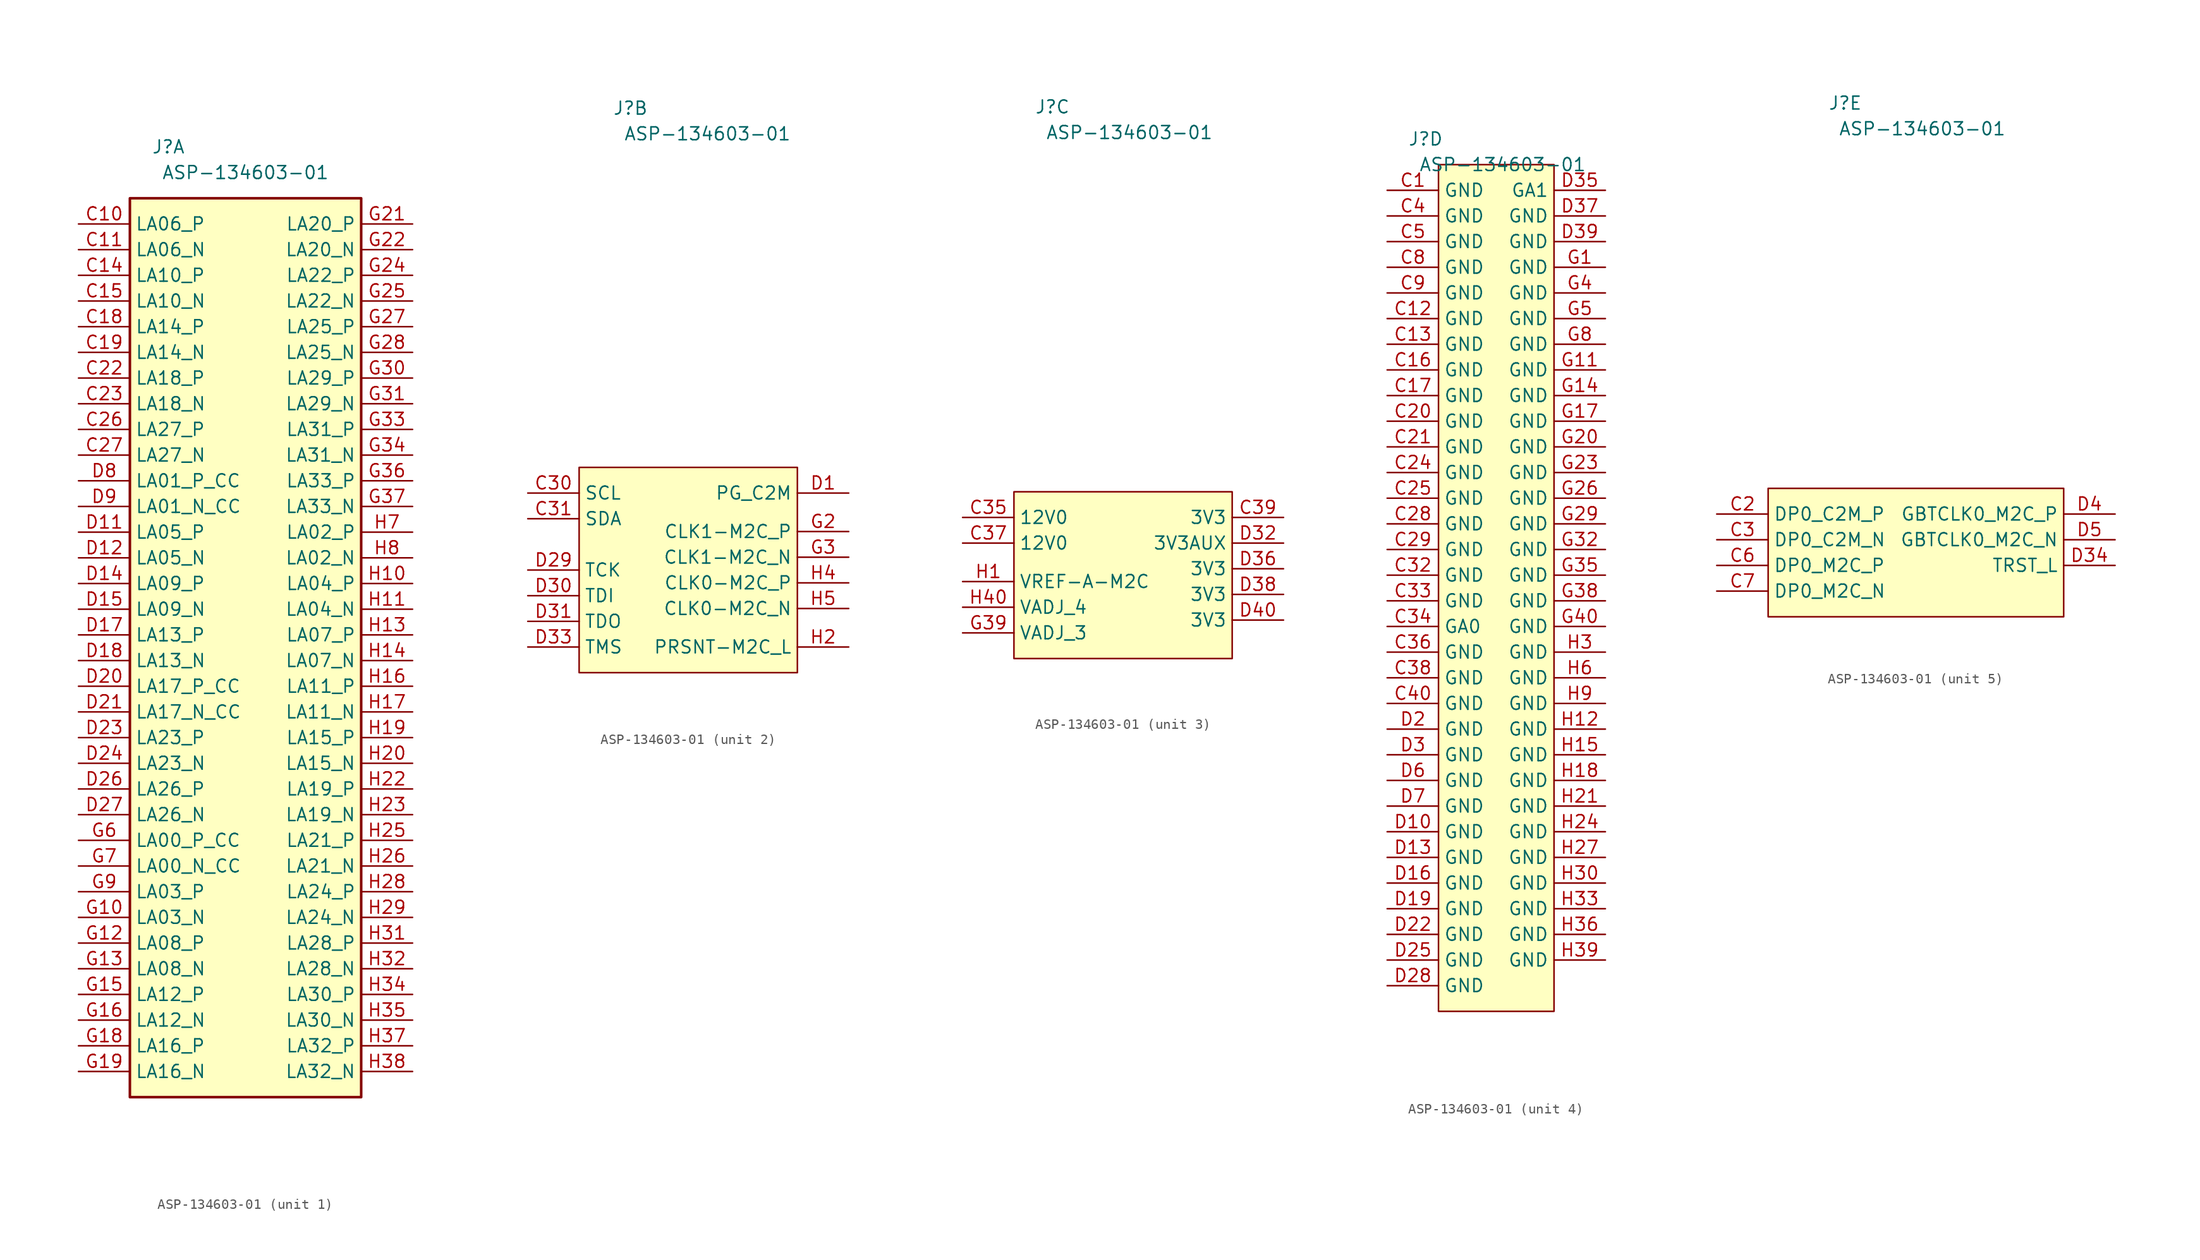
<source format=kicad_sym>
(kicad_symbol_lib
  (version 20211014)
  (generator kicad_symbol_editor)
  (symbol "ASP-134603-01"
    (property "Reference" "J"
      (at -6.35 45.72 0)
      (effects (font (size 1.27 1.27))))
    (property "Value" "ASP-134603-01"
      (at 1.27 43.18 0)
      (effects (font (size 1.27 1.27))))
    (property "ki_locked" ""
      (at 0 0 0)
      (effects (font (size 1.27 1.27))))
    (symbol "ASP-134603-01_1_1"
      (rectangle (start -10.16 40.64) (end 12.7 -48.26) (stroke (width 0.254) (type default) (color 0 0 0 0)) (fill (type background)))
      (pin passive line (at -15.24 38.1 0) (length 5.08) (name "LA06_P" (effects (font (size 1.27 1.27)))) (number "C10" (effects (font (size 1.27 1.27)))))
      (pin passive line (at -15.24 35.56 0) (length 5.08) (name "LA06_N" (effects (font (size 1.27 1.27)))) (number "C11" (effects (font (size 1.27 1.27)))))
      (pin passive line (at -15.24 33.02 0) (length 5.08) (name "LA10_P" (effects (font (size 1.27 1.27)))) (number "C14" (effects (font (size 1.27 1.27)))))
      (pin passive line (at -15.24 30.48 0) (length 5.08) (name "LA10_N" (effects (font (size 1.27 1.27)))) (number "C15" (effects (font (size 1.27 1.27)))))
      (pin passive line (at -15.24 27.94 0) (length 5.08) (name "LA14_P" (effects (font (size 1.27 1.27)))) (number "C18" (effects (font (size 1.27 1.27)))))
      (pin passive line (at -15.24 25.4 0) (length 5.08) (name "LA14_N" (effects (font (size 1.27 1.27)))) (number "C19" (effects (font (size 1.27 1.27)))))
      (pin passive line (at -15.24 22.86 0) (length 5.08) (name "LA18_P" (effects (font (size 1.27 1.27)))) (number "C22" (effects (font (size 1.27 1.27)))))
      (pin passive line (at -15.24 20.32 0) (length 5.08) (name "LA18_N" (effects (font (size 1.27 1.27)))) (number "C23" (effects (font (size 1.27 1.27)))))
      (pin passive line (at -15.24 17.78 0) (length 5.08) (name "LA27_P" (effects (font (size 1.27 1.27)))) (number "C26" (effects (font (size 1.27 1.27)))))
      (pin passive line (at -15.24 15.24 0) (length 5.08) (name "LA27_N" (effects (font (size 1.27 1.27)))) (number "C27" (effects (font (size 1.27 1.27)))))
      (pin passive line (at -15.24 7.62 0) (length 5.08) (name "LA05_P" (effects (font (size 1.27 1.27)))) (number "D11" (effects (font (size 1.27 1.27)))))
      (pin passive line (at -15.24 5.08 0) (length 5.08) (name "LA05_N" (effects (font (size 1.27 1.27)))) (number "D12" (effects (font (size 1.27 1.27)))))
      (pin passive line (at -15.24 2.54 0) (length 5.08) (name "LA09_P" (effects (font (size 1.27 1.27)))) (number "D14" (effects (font (size 1.27 1.27)))))
      (pin passive line (at -15.24 0 0) (length 5.08) (name "LA09_N" (effects (font (size 1.27 1.27)))) (number "D15" (effects (font (size 1.27 1.27)))))
      (pin passive line (at -15.24 -2.54 0) (length 5.08) (name "LA13_P" (effects (font (size 1.27 1.27)))) (number "D17" (effects (font (size 1.27 1.27)))))
      (pin passive line (at -15.24 -5.08 0) (length 5.08) (name "LA13_N" (effects (font (size 1.27 1.27)))) (number "D18" (effects (font (size 1.27 1.27)))))
      (pin passive line (at -15.24 -7.62 0) (length 5.08) (name "LA17_P_CC" (effects (font (size 1.27 1.27)))) (number "D20" (effects (font (size 1.27 1.27)))))
      (pin passive line (at -15.24 -10.16 0) (length 5.08) (name "LA17_N_CC" (effects (font (size 1.27 1.27)))) (number "D21" (effects (font (size 1.27 1.27)))))
      (pin passive line (at -15.24 -12.7 0) (length 5.08) (name "LA23_P" (effects (font (size 1.27 1.27)))) (number "D23" (effects (font (size 1.27 1.27)))))
      (pin passive line (at -15.24 -15.24 0) (length 5.08) (name "LA23_N" (effects (font (size 1.27 1.27)))) (number "D24" (effects (font (size 1.27 1.27)))))
      (pin passive line (at -15.24 -17.78 0) (length 5.08) (name "LA26_P" (effects (font (size 1.27 1.27)))) (number "D26" (effects (font (size 1.27 1.27)))))
      (pin passive line (at -15.24 -20.32 0) (length 5.08) (name "LA26_N" (effects (font (size 1.27 1.27)))) (number "D27" (effects (font (size 1.27 1.27)))))
      (pin passive line (at -15.24 12.7 0) (length 5.08) (name "LA01_P_CC" (effects (font (size 1.27 1.27)))) (number "D8" (effects (font (size 1.27 1.27)))))
      (pin passive line (at -15.24 10.16 0) (length 5.08) (name "LA01_N_CC" (effects (font (size 1.27 1.27)))) (number "D9" (effects (font (size 1.27 1.27)))))
      (pin passive line (at -15.24 -30.48 0) (length 5.08) (name "LA03_N" (effects (font (size 1.27 1.27)))) (number "G10" (effects (font (size 1.27 1.27)))))
      (pin passive line (at -15.24 -33.02 0) (length 5.08) (name "LA08_P" (effects (font (size 1.27 1.27)))) (number "G12" (effects (font (size 1.27 1.27)))))
      (pin passive line (at -15.24 -35.56 0) (length 5.08) (name "LA08_N" (effects (font (size 1.27 1.27)))) (number "G13" (effects (font (size 1.27 1.27)))))
      (pin passive line (at -15.24 -38.1 0) (length 5.08) (name "LA12_P" (effects (font (size 1.27 1.27)))) (number "G15" (effects (font (size 1.27 1.27)))))
      (pin passive line (at -15.24 -40.64 0) (length 5.08) (name "LA12_N" (effects (font (size 1.27 1.27)))) (number "G16" (effects (font (size 1.27 1.27)))))
      (pin passive line (at -15.24 -43.18 0) (length 5.08) (name "LA16_P" (effects (font (size 1.27 1.27)))) (number "G18" (effects (font (size 1.27 1.27)))))
      (pin passive line (at -15.24 -45.72 0) (length 5.08) (name "LA16_N" (effects (font (size 1.27 1.27)))) (number "G19" (effects (font (size 1.27 1.27)))))
      (pin passive line (at 17.78 38.1 180) (length 5.08) (name "LA20_P" (effects (font (size 1.27 1.27)))) (number "G21" (effects (font (size 1.27 1.27)))))
      (pin passive line (at 17.78 35.56 180) (length 5.08) (name "LA20_N" (effects (font (size 1.27 1.27)))) (number "G22" (effects (font (size 1.27 1.27)))))
      (pin passive line (at 17.78 33.02 180) (length 5.08) (name "LA22_P" (effects (font (size 1.27 1.27)))) (number "G24" (effects (font (size 1.27 1.27)))))
      (pin passive line (at 17.78 30.48 180) (length 5.08) (name "LA22_N" (effects (font (size 1.27 1.27)))) (number "G25" (effects (font (size 1.27 1.27)))))
      (pin passive line (at 17.78 27.94 180) (length 5.08) (name "LA25_P" (effects (font (size 1.27 1.27)))) (number "G27" (effects (font (size 1.27 1.27)))))
      (pin passive line (at 17.78 25.4 180) (length 5.08) (name "LA25_N" (effects (font (size 1.27 1.27)))) (number "G28" (effects (font (size 1.27 1.27)))))
      (pin passive line (at 17.78 22.86 180) (length 5.08) (name "LA29_P" (effects (font (size 1.27 1.27)))) (number "G30" (effects (font (size 1.27 1.27)))))
      (pin passive line (at 17.78 20.32 180) (length 5.08) (name "LA29_N" (effects (font (size 1.27 1.27)))) (number "G31" (effects (font (size 1.27 1.27)))))
      (pin passive line (at 17.78 17.78 180) (length 5.08) (name "LA31_P" (effects (font (size 1.27 1.27)))) (number "G33" (effects (font (size 1.27 1.27)))))
      (pin passive line (at 17.78 15.24 180) (length 5.08) (name "LA31_N" (effects (font (size 1.27 1.27)))) (number "G34" (effects (font (size 1.27 1.27)))))
      (pin passive line (at 17.78 12.7 180) (length 5.08) (name "LA33_P" (effects (font (size 1.27 1.27)))) (number "G36" (effects (font (size 1.27 1.27)))))
      (pin passive line (at 17.78 10.16 180) (length 5.08) (name "LA33_N" (effects (font (size 1.27 1.27)))) (number "G37" (effects (font (size 1.27 1.27)))))
      (pin passive line (at -15.24 -22.86 0) (length 5.08) (name "LA00_P_CC" (effects (font (size 1.27 1.27)))) (number "G6" (effects (font (size 1.27 1.27)))))
      (pin passive line (at -15.24 -25.4 0) (length 5.08) (name "LA00_N_CC" (effects (font (size 1.27 1.27)))) (number "G7" (effects (font (size 1.27 1.27)))))
      (pin passive line (at -15.24 -27.94 0) (length 5.08) (name "LA03_P" (effects (font (size 1.27 1.27)))) (number "G9" (effects (font (size 1.27 1.27)))))
      (pin passive line (at 17.78 2.54 180) (length 5.08) (name "LA04_P" (effects (font (size 1.27 1.27)))) (number "H10" (effects (font (size 1.27 1.27)))))
      (pin passive line (at 17.78 0 180) (length 5.08) (name "LA04_N" (effects (font (size 1.27 1.27)))) (number "H11" (effects (font (size 1.27 1.27)))))
      (pin passive line (at 17.78 -2.54 180) (length 5.08) (name "LA07_P" (effects (font (size 1.27 1.27)))) (number "H13" (effects (font (size 1.27 1.27)))))
      (pin passive line (at 17.78 -5.08 180) (length 5.08) (name "LA07_N" (effects (font (size 1.27 1.27)))) (number "H14" (effects (font (size 1.27 1.27)))))
      (pin passive line (at 17.78 -7.62 180) (length 5.08) (name "LA11_P" (effects (font (size 1.27 1.27)))) (number "H16" (effects (font (size 1.27 1.27)))))
      (pin passive line (at 17.78 -10.16 180) (length 5.08) (name "LA11_N" (effects (font (size 1.27 1.27)))) (number "H17" (effects (font (size 1.27 1.27)))))
      (pin passive line (at 17.78 -12.7 180) (length 5.08) (name "LA15_P" (effects (font (size 1.27 1.27)))) (number "H19" (effects (font (size 1.27 1.27)))))
      (pin passive line (at 17.78 -15.24 180) (length 5.08) (name "LA15_N" (effects (font (size 1.27 1.27)))) (number "H20" (effects (font (size 1.27 1.27)))))
      (pin passive line (at 17.78 -17.78 180) (length 5.08) (name "LA19_P" (effects (font (size 1.27 1.27)))) (number "H22" (effects (font (size 1.27 1.27)))))
      (pin passive line (at 17.78 -20.32 180) (length 5.08) (name "LA19_N" (effects (font (size 1.27 1.27)))) (number "H23" (effects (font (size 1.27 1.27)))))
      (pin passive line (at 17.78 -22.86 180) (length 5.08) (name "LA21_P" (effects (font (size 1.27 1.27)))) (number "H25" (effects (font (size 1.27 1.27)))))
      (pin passive line (at 17.78 -25.4 180) (length 5.08) (name "LA21_N" (effects (font (size 1.27 1.27)))) (number "H26" (effects (font (size 1.27 1.27)))))
      (pin passive line (at 17.78 -27.94 180) (length 5.08) (name "LA24_P" (effects (font (size 1.27 1.27)))) (number "H28" (effects (font (size 1.27 1.27)))))
      (pin passive line (at 17.78 -30.48 180) (length 5.08) (name "LA24_N" (effects (font (size 1.27 1.27)))) (number "H29" (effects (font (size 1.27 1.27)))))
      (pin passive line (at 17.78 -33.02 180) (length 5.08) (name "LA28_P" (effects (font (size 1.27 1.27)))) (number "H31" (effects (font (size 1.27 1.27)))))
      (pin passive line (at 17.78 -35.56 180) (length 5.08) (name "LA28_N" (effects (font (size 1.27 1.27)))) (number "H32" (effects (font (size 1.27 1.27)))))
      (pin passive line (at 17.78 -38.1 180) (length 5.08) (name "LA30_P" (effects (font (size 1.27 1.27)))) (number "H34" (effects (font (size 1.27 1.27)))))
      (pin passive line (at 17.78 -40.64 180) (length 5.08) (name "LA30_N" (effects (font (size 1.27 1.27)))) (number "H35" (effects (font (size 1.27 1.27)))))
      (pin passive line (at 17.78 -43.18 180) (length 5.08) (name "LA32_P" (effects (font (size 1.27 1.27)))) (number "H37" (effects (font (size 1.27 1.27)))))
      (pin passive line (at 17.78 -45.72 180) (length 5.08) (name "LA32_N" (effects (font (size 1.27 1.27)))) (number "H38" (effects (font (size 1.27 1.27)))))
      (pin passive line (at 17.78 7.62 180) (length 5.08) (name "LA02_P" (effects (font (size 1.27 1.27)))) (number "H7" (effects (font (size 1.27 1.27)))))
      (pin passive line (at 17.78 5.08 180) (length 5.08) (name "LA02_N" (effects (font (size 1.27 1.27)))) (number "H8" (effects (font (size 1.27 1.27))))))
    (symbol "ASP-134603-01_2_1"
      (rectangle (start -11.43 10.16) (end 10.16 -10.16) (stroke (width 0) (type default) (color 0 0 0 0)) (fill (type background)))
      (pin passive line (at -16.51 7.62 0) (length 5.08) (name "SCL" (effects (font (size 1.27 1.27)))) (number "C30" (effects (font (size 1.27 1.27)))))
      (pin passive line (at -16.51 5.08 0) (length 5.08) (name "SDA" (effects (font (size 1.27 1.27)))) (number "C31" (effects (font (size 1.27 1.27)))))
      (pin passive line (at 15.24 7.62 180) (length 5.08) (name "PG_C2M" (effects (font (size 1.27 1.27)))) (number "D1" (effects (font (size 1.27 1.27)))))
      (pin passive line (at -16.51 0 0) (length 5.08) (name "TCK" (effects (font (size 1.27 1.27)))) (number "D29" (effects (font (size 1.27 1.27)))))
      (pin passive line (at -16.51 -2.54 0) (length 5.08) (name "TDI" (effects (font (size 1.27 1.27)))) (number "D30" (effects (font (size 1.27 1.27)))))
      (pin passive line (at -16.51 -5.08 0) (length 5.08) (name "TDO" (effects (font (size 1.27 1.27)))) (number "D31" (effects (font (size 1.27 1.27)))))
      (pin passive line (at -16.51 -7.62 0) (length 5.08) (name "TMS" (effects (font (size 1.27 1.27)))) (number "D33" (effects (font (size 1.27 1.27)))))
      (pin passive line (at 15.24 3.81 180) (length 5.08) (name "CLK1-M2C_P" (effects (font (size 1.27 1.27)))) (number "G2" (effects (font (size 1.27 1.27)))))
      (pin passive line (at 15.24 1.27 180) (length 5.08) (name "CLK1-M2C_N" (effects (font (size 1.27 1.27)))) (number "G3" (effects (font (size 1.27 1.27)))))
      (pin passive line (at 15.24 -7.62 180) (length 5.08) (name "PRSNT-M2C_L" (effects (font (size 1.27 1.27)))) (number "H2" (effects (font (size 1.27 1.27)))))
      (pin passive line (at 15.24 -1.27 180) (length 5.08) (name "CLK0-M2C_P" (effects (font (size 1.27 1.27)))) (number "H4" (effects (font (size 1.27 1.27)))))
      (pin passive line (at 15.24 -3.81 180) (length 5.08) (name "CLK0-M2C_N" (effects (font (size 1.27 1.27)))) (number "H5" (effects (font (size 1.27 1.27))))))
    (symbol "ASP-134603-01_3_1"
      (rectangle (start -10.16 7.62) (end 11.43 -8.89) (stroke (width 0) (type default) (color 0 0 0 0)) (fill (type background)))
      (pin power_out line (at -15.24 5.08 0) (length 5.08) (name "12V0" (effects (font (size 1.27 1.27)))) (number "C35" (effects (font (size 1.27 1.27)))))
      (pin power_out line (at -15.24 2.54 0) (length 5.08) (name "12V0" (effects (font (size 1.27 1.27)))) (number "C37" (effects (font (size 1.27 1.27)))))
      (pin power_out line (at 16.51 5.08 180) (length 5.08) (name "3V3" (effects (font (size 1.27 1.27)))) (number "C39" (effects (font (size 1.27 1.27)))))
      (pin power_out line (at 16.51 2.54 180) (length 5.08) (name "3V3AUX" (effects (font (size 1.27 1.27)))) (number "D32" (effects (font (size 1.27 1.27)))))
      (pin power_out line (at 16.51 0 180) (length 5.08) (name "3V3" (effects (font (size 1.27 1.27)))) (number "D36" (effects (font (size 1.27 1.27)))))
      (pin power_out line (at 16.51 -2.54 180) (length 5.08) (name "3V3" (effects (font (size 1.27 1.27)))) (number "D38" (effects (font (size 1.27 1.27)))))
      (pin power_out line (at 16.51 -5.08 180) (length 5.08) (name "3V3" (effects (font (size 1.27 1.27)))) (number "D40" (effects (font (size 1.27 1.27)))))
      (pin passive line (at -15.24 -6.35 0) (length 5.08) (name "VADJ_3" (effects (font (size 1.27 1.27)))) (number "G39" (effects (font (size 1.27 1.27)))))
      (pin passive line (at -15.24 -1.27 0) (length 5.08) (name "VREF-A-M2C" (effects (font (size 1.27 1.27)))) (number "H1" (effects (font (size 1.27 1.27)))))
      (pin passive line (at -15.24 -3.81 0) (length 5.08) (name "VADJ_4" (effects (font (size 1.27 1.27)))) (number "H40" (effects (font (size 1.27 1.27))))))
    (symbol "ASP-134603-01_4_1"
      (rectangle (start -5.08 43.18) (end 6.35 -40.64) (stroke (width 0) (type default) (color 0 0 0 0)) (fill (type background)))
      (pin power_out line (at -10.16 40.64 0) (length 5.08) (name "GND" (effects (font (size 1.27 1.27)))) (number "C1" (effects (font (size 1.27 1.27)))))
      (pin power_out line (at -10.16 27.94 0) (length 5.08) (name "GND" (effects (font (size 1.27 1.27)))) (number "C12" (effects (font (size 1.27 1.27)))))
      (pin power_out line (at -10.16 25.4 0) (length 5.08) (name "GND" (effects (font (size 1.27 1.27)))) (number "C13" (effects (font (size 1.27 1.27)))))
      (pin power_out line (at -10.16 22.86 0) (length 5.08) (name "GND" (effects (font (size 1.27 1.27)))) (number "C16" (effects (font (size 1.27 1.27)))))
      (pin power_out line (at -10.16 20.32 0) (length 5.08) (name "GND" (effects (font (size 1.27 1.27)))) (number "C17" (effects (font (size 1.27 1.27)))))
      (pin power_out line (at -10.16 17.78 0) (length 5.08) (name "GND" (effects (font (size 1.27 1.27)))) (number "C20" (effects (font (size 1.27 1.27)))))
      (pin power_out line (at -10.16 15.24 0) (length 5.08) (name "GND" (effects (font (size 1.27 1.27)))) (number "C21" (effects (font (size 1.27 1.27)))))
      (pin power_out line (at -10.16 12.7 0) (length 5.08) (name "GND" (effects (font (size 1.27 1.27)))) (number "C24" (effects (font (size 1.27 1.27)))))
      (pin power_out line (at -10.16 10.16 0) (length 5.08) (name "GND" (effects (font (size 1.27 1.27)))) (number "C25" (effects (font (size 1.27 1.27)))))
      (pin power_out line (at -10.16 7.62 0) (length 5.08) (name "GND" (effects (font (size 1.27 1.27)))) (number "C28" (effects (font (size 1.27 1.27)))))
      (pin power_out line (at -10.16 5.08 0) (length 5.08) (name "GND" (effects (font (size 1.27 1.27)))) (number "C29" (effects (font (size 1.27 1.27)))))
      (pin power_out line (at -10.16 2.54 0) (length 5.08) (name "GND" (effects (font (size 1.27 1.27)))) (number "C32" (effects (font (size 1.27 1.27)))))
      (pin power_out line (at -10.16 0 0) (length 5.08) (name "GND" (effects (font (size 1.27 1.27)))) (number "C33" (effects (font (size 1.27 1.27)))))
      (pin passive line (at -10.16 -2.54 0) (length 5.08) (name "GA0" (effects (font (size 1.27 1.27)))) (number "C34" (effects (font (size 1.27 1.27)))))
      (pin power_out line (at -10.16 -5.08 0) (length 5.08) (name "GND" (effects (font (size 1.27 1.27)))) (number "C36" (effects (font (size 1.27 1.27)))))
      (pin power_out line (at -10.16 -7.62 0) (length 5.08) (name "GND" (effects (font (size 1.27 1.27)))) (number "C38" (effects (font (size 1.27 1.27)))))
      (pin power_out line (at -10.16 38.1 0) (length 5.08) (name "GND" (effects (font (size 1.27 1.27)))) (number "C4" (effects (font (size 1.27 1.27)))))
      (pin power_out line (at -10.16 -10.16 0) (length 5.08) (name "GND" (effects (font (size 1.27 1.27)))) (number "C40" (effects (font (size 1.27 1.27)))))
      (pin power_out line (at -10.16 35.56 0) (length 5.08) (name "GND" (effects (font (size 1.27 1.27)))) (number "C5" (effects (font (size 1.27 1.27)))))
      (pin power_out line (at -10.16 33.02 0) (length 5.08) (name "GND" (effects (font (size 1.27 1.27)))) (number "C8" (effects (font (size 1.27 1.27)))))
      (pin power_out line (at -10.16 30.48 0) (length 5.08) (name "GND" (effects (font (size 1.27 1.27)))) (number "C9" (effects (font (size 1.27 1.27)))))
      (pin power_out line (at -10.16 -22.86 0) (length 5.08) (name "GND" (effects (font (size 1.27 1.27)))) (number "D10" (effects (font (size 1.27 1.27)))))
      (pin power_out line (at -10.16 -25.4 0) (length 5.08) (name "GND" (effects (font (size 1.27 1.27)))) (number "D13" (effects (font (size 1.27 1.27)))))
      (pin power_out line (at -10.16 -27.94 0) (length 5.08) (name "GND" (effects (font (size 1.27 1.27)))) (number "D16" (effects (font (size 1.27 1.27)))))
      (pin power_out line (at -10.16 -30.48 0) (length 5.08) (name "GND" (effects (font (size 1.27 1.27)))) (number "D19" (effects (font (size 1.27 1.27)))))
      (pin power_out line (at -10.16 -12.7 0) (length 5.08) (name "GND" (effects (font (size 1.27 1.27)))) (number "D2" (effects (font (size 1.27 1.27)))))
      (pin power_out line (at -10.16 -33.02 0) (length 5.08) (name "GND" (effects (font (size 1.27 1.27)))) (number "D22" (effects (font (size 1.27 1.27)))))
      (pin power_out line (at -10.16 -35.56 0) (length 5.08) (name "GND" (effects (font (size 1.27 1.27)))) (number "D25" (effects (font (size 1.27 1.27)))))
      (pin power_out line (at -10.16 -38.1 0) (length 5.08) (name "GND" (effects (font (size 1.27 1.27)))) (number "D28" (effects (font (size 1.27 1.27)))))
      (pin power_out line (at -10.16 -15.24 0) (length 5.08) (name "GND" (effects (font (size 1.27 1.27)))) (number "D3" (effects (font (size 1.27 1.27)))))
      (pin passive line (at 11.43 40.64 180) (length 5.08) (name "GA1" (effects (font (size 1.27 1.27)))) (number "D35" (effects (font (size 1.27 1.27)))))
      (pin power_out line (at 11.43 38.1 180) (length 5.08) (name "GND" (effects (font (size 1.27 1.27)))) (number "D37" (effects (font (size 1.27 1.27)))))
      (pin power_out line (at 11.43 35.56 180) (length 5.08) (name "GND" (effects (font (size 1.27 1.27)))) (number "D39" (effects (font (size 1.27 1.27)))))
      (pin power_out line (at -10.16 -17.78 0) (length 5.08) (name "GND" (effects (font (size 1.27 1.27)))) (number "D6" (effects (font (size 1.27 1.27)))))
      (pin power_out line (at -10.16 -20.32 0) (length 5.08) (name "GND" (effects (font (size 1.27 1.27)))) (number "D7" (effects (font (size 1.27 1.27)))))
      (pin power_out line (at 11.43 33.02 180) (length 5.08) (name "GND" (effects (font (size 1.27 1.27)))) (number "G1" (effects (font (size 1.27 1.27)))))
      (pin power_out line (at 11.43 22.86 180) (length 5.08) (name "GND" (effects (font (size 1.27 1.27)))) (number "G11" (effects (font (size 1.27 1.27)))))
      (pin power_out line (at 11.43 20.32 180) (length 5.08) (name "GND" (effects (font (size 1.27 1.27)))) (number "G14" (effects (font (size 1.27 1.27)))))
      (pin power_out line (at 11.43 17.78 180) (length 5.08) (name "GND" (effects (font (size 1.27 1.27)))) (number "G17" (effects (font (size 1.27 1.27)))))
      (pin power_out line (at 11.43 15.24 180) (length 5.08) (name "GND" (effects (font (size 1.27 1.27)))) (number "G20" (effects (font (size 1.27 1.27)))))
      (pin power_out line (at 11.43 12.7 180) (length 5.08) (name "GND" (effects (font (size 1.27 1.27)))) (number "G23" (effects (font (size 1.27 1.27)))))
      (pin power_out line (at 11.43 10.16 180) (length 5.08) (name "GND" (effects (font (size 1.27 1.27)))) (number "G26" (effects (font (size 1.27 1.27)))))
      (pin power_out line (at 11.43 7.62 180) (length 5.08) (name "GND" (effects (font (size 1.27 1.27)))) (number "G29" (effects (font (size 1.27 1.27)))))
      (pin power_out line (at 11.43 5.08 180) (length 5.08) (name "GND" (effects (font (size 1.27 1.27)))) (number "G32" (effects (font (size 1.27 1.27)))))
      (pin power_out line (at 11.43 2.54 180) (length 5.08) (name "GND" (effects (font (size 1.27 1.27)))) (number "G35" (effects (font (size 1.27 1.27)))))
      (pin power_out line (at 11.43 0 180) (length 5.08) (name "GND" (effects (font (size 1.27 1.27)))) (number "G38" (effects (font (size 1.27 1.27)))))
      (pin power_out line (at 11.43 30.48 180) (length 5.08) (name "GND" (effects (font (size 1.27 1.27)))) (number "G4" (effects (font (size 1.27 1.27)))))
      (pin power_out line (at 11.43 -2.54 180) (length 5.08) (name "GND" (effects (font (size 1.27 1.27)))) (number "G40" (effects (font (size 1.27 1.27)))))
      (pin power_out line (at 11.43 27.94 180) (length 5.08) (name "GND" (effects (font (size 1.27 1.27)))) (number "G5" (effects (font (size 1.27 1.27)))))
      (pin power_out line (at 11.43 25.4 180) (length 5.08) (name "GND" (effects (font (size 1.27 1.27)))) (number "G8" (effects (font (size 1.27 1.27)))))
      (pin power_out line (at 11.43 -12.7 180) (length 5.08) (name "GND" (effects (font (size 1.27 1.27)))) (number "H12" (effects (font (size 1.27 1.27)))))
      (pin power_out line (at 11.43 -15.24 180) (length 5.08) (name "GND" (effects (font (size 1.27 1.27)))) (number "H15" (effects (font (size 1.27 1.27)))))
      (pin power_out line (at 11.43 -17.78 180) (length 5.08) (name "GND" (effects (font (size 1.27 1.27)))) (number "H18" (effects (font (size 1.27 1.27)))))
      (pin power_out line (at 11.43 -20.32 180) (length 5.08) (name "GND" (effects (font (size 1.27 1.27)))) (number "H21" (effects (font (size 1.27 1.27)))))
      (pin power_out line (at 11.43 -22.86 180) (length 5.08) (name "GND" (effects (font (size 1.27 1.27)))) (number "H24" (effects (font (size 1.27 1.27)))))
      (pin power_out line (at 11.43 -25.4 180) (length 5.08) (name "GND" (effects (font (size 1.27 1.27)))) (number "H27" (effects (font (size 1.27 1.27)))))
      (pin power_out line (at 11.43 -5.08 180) (length 5.08) (name "GND" (effects (font (size 1.27 1.27)))) (number "H3" (effects (font (size 1.27 1.27)))))
      (pin power_out line (at 11.43 -27.94 180) (length 5.08) (name "GND" (effects (font (size 1.27 1.27)))) (number "H30" (effects (font (size 1.27 1.27)))))
      (pin power_out line (at 11.43 -30.48 180) (length 5.08) (name "GND" (effects (font (size 1.27 1.27)))) (number "H33" (effects (font (size 1.27 1.27)))))
      (pin power_out line (at 11.43 -33.02 180) (length 5.08) (name "GND" (effects (font (size 1.27 1.27)))) (number "H36" (effects (font (size 1.27 1.27)))))
      (pin power_out line (at 11.43 -35.56 180) (length 5.08) (name "GND" (effects (font (size 1.27 1.27)))) (number "H39" (effects (font (size 1.27 1.27)))))
      (pin power_out line (at 11.43 -7.62 180) (length 5.08) (name "GND" (effects (font (size 1.27 1.27)))) (number "H6" (effects (font (size 1.27 1.27)))))
      (pin power_out line (at 11.43 -10.16 180) (length 5.08) (name "GND" (effects (font (size 1.27 1.27)))) (number "H9" (effects (font (size 1.27 1.27))))))
    (symbol "ASP-134603-01_5_1"
      (rectangle (start -13.97 7.62) (end 15.24 -5.08) (stroke (width 0) (type default) (color 0 0 0 0)) (fill (type background)))
      (pin passive line (at -19.05 5.08 0) (length 5.08) (name "DP0_C2M_P" (effects (font (size 1.27 1.27)))) (number "C2" (effects (font (size 1.27 1.27)))))
      (pin passive line (at -19.05 2.54 0) (length 5.08) (name "DP0_C2M_N" (effects (font (size 1.27 1.27)))) (number "C3" (effects (font (size 1.27 1.27)))))
      (pin passive line (at -19.05 0 0) (length 5.08) (name "DP0_M2C_P" (effects (font (size 1.27 1.27)))) (number "C6" (effects (font (size 1.27 1.27)))))
      (pin passive line (at -19.05 -2.54 0) (length 5.08) (name "DP0_M2C_N" (effects (font (size 1.27 1.27)))) (number "C7" (effects (font (size 1.27 1.27)))))
      (pin passive line (at 20.32 0 180) (length 5.08) (name "TRST_L" (effects (font (size 1.27 1.27)))) (number "D34" (effects (font (size 1.27 1.27)))))
      (pin passive line (at 20.32 5.08 180) (length 5.08) (name "GBTCLK0_M2C_P" (effects (font (size 1.27 1.27)))) (number "D4" (effects (font (size 1.27 1.27)))))
      (pin passive line (at 20.32 2.54 180) (length 5.08) (name "GBTCLK0_M2C_N" (effects (font (size 1.27 1.27)))) (number "D5" (effects (font (size 1.27 1.27))))))))
</source>
